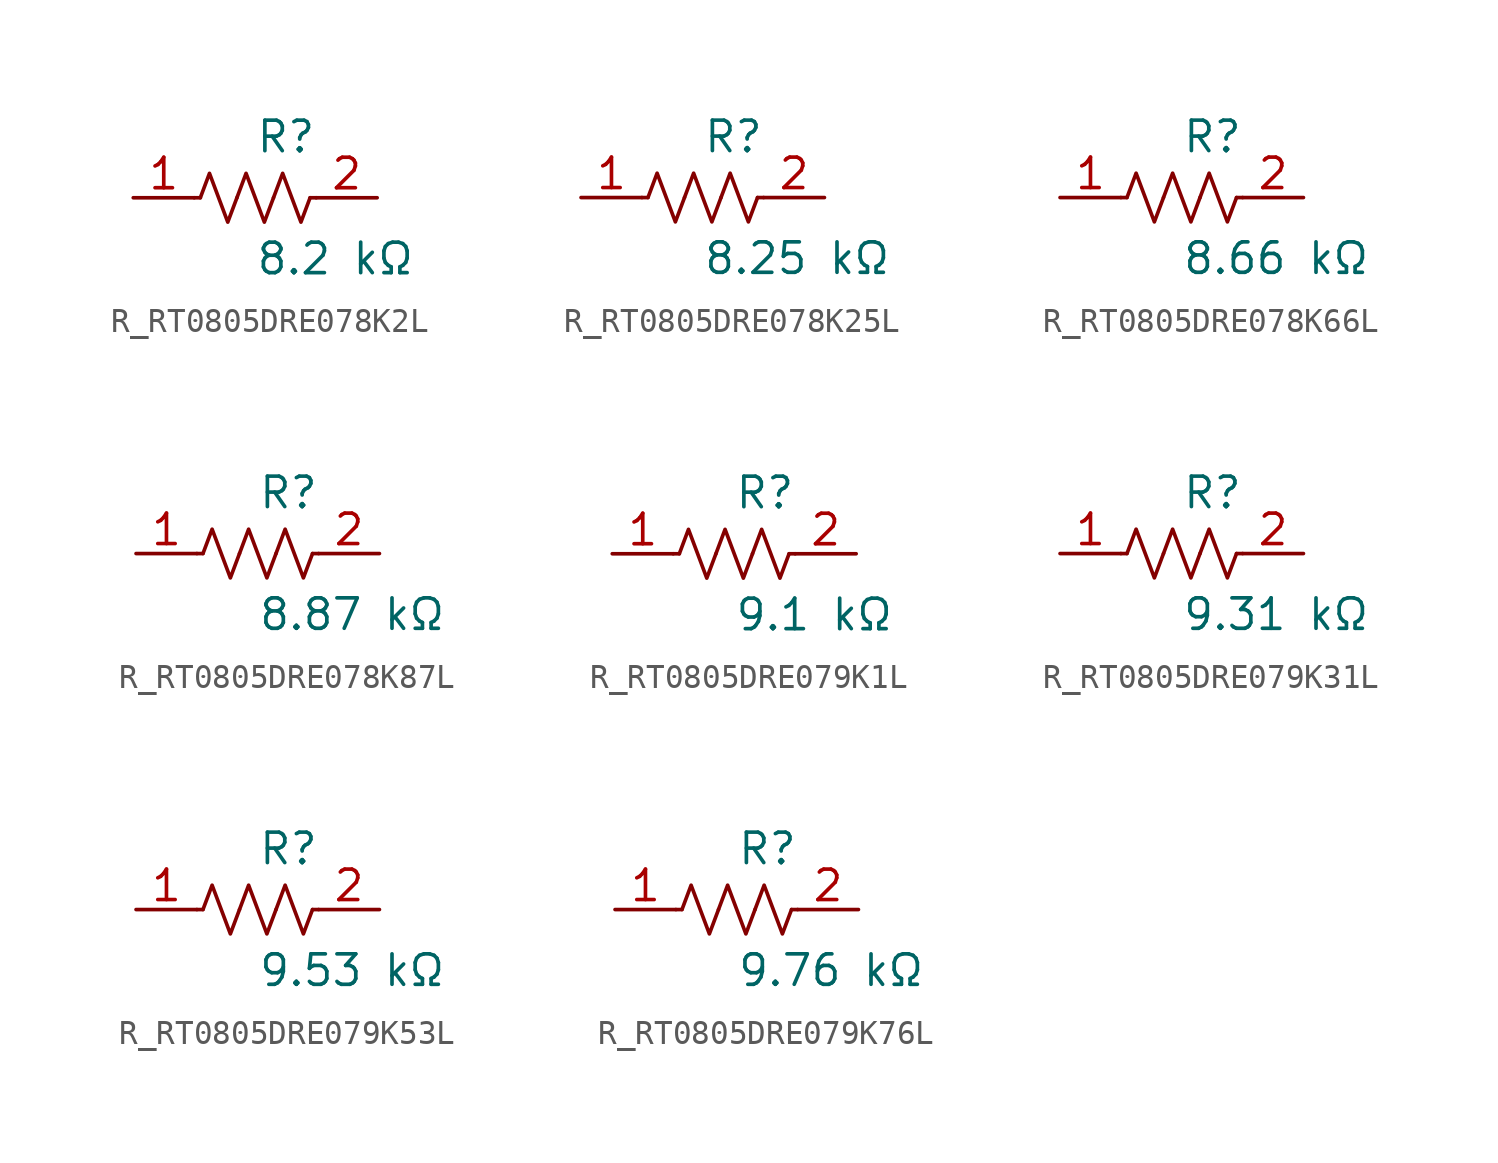
<source format=kicad_sym>
(kicad_symbol_lib
  (version 20231120)
  (generator kicad_symbol_editor)
  (generator_version 8.0)
  (symbol "R_RT0805DRE078K2L"
    (pin_names
      (offset 0.254))
    (property "Reference" "R"
      (at 0.0 2.54 0)
      (effects (font (size 1.27 1.27)) (justify left)))
    (property "Value" "8.2 kΩ"
      (at 0.0 -2.54 0)
      (effects (font (size 1.27 1.27)) (justify left)))
    (symbol "R_RT0805DRE078K2L_0_1"
      (polyline (pts (xy 2.286 0) (xy 2.54 0)) (stroke (width 0) (type default)) (fill (type none)))
      (polyline (pts (xy -2.286 0) (xy -2.54 0)) (stroke (width 0) (type default)) (fill (type none)))
      (polyline (pts (xy 0.762 0) (xy 1.143 1.016) (xy 1.524 0) (xy 1.905 -1.016) (xy 2.286 0)) (stroke (width 0) (type default)) (fill (type none)))
      (polyline (pts (xy -0.762 0) (xy -0.381 1.016) (xy 0 0) (xy 0.381 -1.016) (xy 0.762 0)) (stroke (width 0) (type default)) (fill (type none)))
      (polyline (pts (xy -2.286 0) (xy -1.905 1.016) (xy -1.524 0) (xy -1.143 -1.016) (xy -0.762 0)) (stroke (width 0) (type default)) (fill (type none))))
    (pin unspecified line
      (at -5.08 0 0)
      (length 2.54)
      (name "" (effects (font (size 1.27 1.27))))
      (number "1" (effects (font (size 1.27 1.27)))))
    (pin unspecified line
      (at 5.08 0 180)
      (length 2.54)
      (name "" (effects (font (size 1.27 1.27))))
      (number "2" (effects (font (size 1.27 1.27))))))
  (symbol "R_RT0805DRE078K25L"
    (pin_names
      (offset 0.254))
    (property "Reference" "R"
      (at 0.0 2.54 0)
      (effects (font (size 1.27 1.27)) (justify left)))
    (property "Value" "8.25 kΩ"
      (at 0.0 -2.54 0)
      (effects (font (size 1.27 1.27)) (justify left)))
    (symbol "R_RT0805DRE078K25L_0_1"
      (polyline (pts (xy 2.286 0) (xy 2.54 0)) (stroke (width 0) (type default)) (fill (type none)))
      (polyline (pts (xy -2.286 0) (xy -2.54 0)) (stroke (width 0) (type default)) (fill (type none)))
      (polyline (pts (xy 0.762 0) (xy 1.143 1.016) (xy 1.524 0) (xy 1.905 -1.016) (xy 2.286 0)) (stroke (width 0) (type default)) (fill (type none)))
      (polyline (pts (xy -0.762 0) (xy -0.381 1.016) (xy 0 0) (xy 0.381 -1.016) (xy 0.762 0)) (stroke (width 0) (type default)) (fill (type none)))
      (polyline (pts (xy -2.286 0) (xy -1.905 1.016) (xy -1.524 0) (xy -1.143 -1.016) (xy -0.762 0)) (stroke (width 0) (type default)) (fill (type none))))
    (pin unspecified line
      (at -5.08 0 0)
      (length 2.54)
      (name "" (effects (font (size 1.27 1.27))))
      (number "1" (effects (font (size 1.27 1.27)))))
    (pin unspecified line
      (at 5.08 0 180)
      (length 2.54)
      (name "" (effects (font (size 1.27 1.27))))
      (number "2" (effects (font (size 1.27 1.27))))))
  (symbol "R_RT0805DRE078K66L"
    (pin_names
      (offset 0.254))
    (property "Reference" "R"
      (at 0.0 2.54 0)
      (effects (font (size 1.27 1.27)) (justify left)))
    (property "Value" "8.66 kΩ"
      (at 0.0 -2.54 0)
      (effects (font (size 1.27 1.27)) (justify left)))
    (symbol "R_RT0805DRE078K66L_0_1"
      (polyline (pts (xy 2.286 0) (xy 2.54 0)) (stroke (width 0) (type default)) (fill (type none)))
      (polyline (pts (xy -2.286 0) (xy -2.54 0)) (stroke (width 0) (type default)) (fill (type none)))
      (polyline (pts (xy 0.762 0) (xy 1.143 1.016) (xy 1.524 0) (xy 1.905 -1.016) (xy 2.286 0)) (stroke (width 0) (type default)) (fill (type none)))
      (polyline (pts (xy -0.762 0) (xy -0.381 1.016) (xy 0 0) (xy 0.381 -1.016) (xy 0.762 0)) (stroke (width 0) (type default)) (fill (type none)))
      (polyline (pts (xy -2.286 0) (xy -1.905 1.016) (xy -1.524 0) (xy -1.143 -1.016) (xy -0.762 0)) (stroke (width 0) (type default)) (fill (type none))))
    (pin unspecified line
      (at -5.08 0 0)
      (length 2.54)
      (name "" (effects (font (size 1.27 1.27))))
      (number "1" (effects (font (size 1.27 1.27)))))
    (pin unspecified line
      (at 5.08 0 180)
      (length 2.54)
      (name "" (effects (font (size 1.27 1.27))))
      (number "2" (effects (font (size 1.27 1.27))))))
  (symbol "R_RT0805DRE078K87L"
    (pin_names
      (offset 0.254))
    (property "Reference" "R"
      (at 0.0 2.54 0)
      (effects (font (size 1.27 1.27)) (justify left)))
    (property "Value" "8.87 kΩ"
      (at 0.0 -2.54 0)
      (effects (font (size 1.27 1.27)) (justify left)))
    (symbol "R_RT0805DRE078K87L_0_1"
      (polyline (pts (xy 2.286 0) (xy 2.54 0)) (stroke (width 0) (type default)) (fill (type none)))
      (polyline (pts (xy -2.286 0) (xy -2.54 0)) (stroke (width 0) (type default)) (fill (type none)))
      (polyline (pts (xy 0.762 0) (xy 1.143 1.016) (xy 1.524 0) (xy 1.905 -1.016) (xy 2.286 0)) (stroke (width 0) (type default)) (fill (type none)))
      (polyline (pts (xy -0.762 0) (xy -0.381 1.016) (xy 0 0) (xy 0.381 -1.016) (xy 0.762 0)) (stroke (width 0) (type default)) (fill (type none)))
      (polyline (pts (xy -2.286 0) (xy -1.905 1.016) (xy -1.524 0) (xy -1.143 -1.016) (xy -0.762 0)) (stroke (width 0) (type default)) (fill (type none))))
    (pin unspecified line
      (at -5.08 0 0)
      (length 2.54)
      (name "" (effects (font (size 1.27 1.27))))
      (number "1" (effects (font (size 1.27 1.27)))))
    (pin unspecified line
      (at 5.08 0 180)
      (length 2.54)
      (name "" (effects (font (size 1.27 1.27))))
      (number "2" (effects (font (size 1.27 1.27))))))
  (symbol "R_RT0805DRE079K1L"
    (pin_names
      (offset 0.254))
    (property "Reference" "R"
      (at 0.0 2.54 0)
      (effects (font (size 1.27 1.27)) (justify left)))
    (property "Value" "9.1 kΩ"
      (at 0.0 -2.54 0)
      (effects (font (size 1.27 1.27)) (justify left)))
    (symbol "R_RT0805DRE079K1L_0_1"
      (polyline (pts (xy 2.286 0) (xy 2.54 0)) (stroke (width 0) (type default)) (fill (type none)))
      (polyline (pts (xy -2.286 0) (xy -2.54 0)) (stroke (width 0) (type default)) (fill (type none)))
      (polyline (pts (xy 0.762 0) (xy 1.143 1.016) (xy 1.524 0) (xy 1.905 -1.016) (xy 2.286 0)) (stroke (width 0) (type default)) (fill (type none)))
      (polyline (pts (xy -0.762 0) (xy -0.381 1.016) (xy 0 0) (xy 0.381 -1.016) (xy 0.762 0)) (stroke (width 0) (type default)) (fill (type none)))
      (polyline (pts (xy -2.286 0) (xy -1.905 1.016) (xy -1.524 0) (xy -1.143 -1.016) (xy -0.762 0)) (stroke (width 0) (type default)) (fill (type none))))
    (pin unspecified line
      (at -5.08 0 0)
      (length 2.54)
      (name "" (effects (font (size 1.27 1.27))))
      (number "1" (effects (font (size 1.27 1.27)))))
    (pin unspecified line
      (at 5.08 0 180)
      (length 2.54)
      (name "" (effects (font (size 1.27 1.27))))
      (number "2" (effects (font (size 1.27 1.27))))))
  (symbol "R_RT0805DRE079K31L"
    (pin_names
      (offset 0.254))
    (property "Reference" "R"
      (at 0.0 2.54 0)
      (effects (font (size 1.27 1.27)) (justify left)))
    (property "Value" "9.31 kΩ"
      (at 0.0 -2.54 0)
      (effects (font (size 1.27 1.27)) (justify left)))
    (symbol "R_RT0805DRE079K31L_0_1"
      (polyline (pts (xy 2.286 0) (xy 2.54 0)) (stroke (width 0) (type default)) (fill (type none)))
      (polyline (pts (xy -2.286 0) (xy -2.54 0)) (stroke (width 0) (type default)) (fill (type none)))
      (polyline (pts (xy 0.762 0) (xy 1.143 1.016) (xy 1.524 0) (xy 1.905 -1.016) (xy 2.286 0)) (stroke (width 0) (type default)) (fill (type none)))
      (polyline (pts (xy -0.762 0) (xy -0.381 1.016) (xy 0 0) (xy 0.381 -1.016) (xy 0.762 0)) (stroke (width 0) (type default)) (fill (type none)))
      (polyline (pts (xy -2.286 0) (xy -1.905 1.016) (xy -1.524 0) (xy -1.143 -1.016) (xy -0.762 0)) (stroke (width 0) (type default)) (fill (type none))))
    (pin unspecified line
      (at -5.08 0 0)
      (length 2.54)
      (name "" (effects (font (size 1.27 1.27))))
      (number "1" (effects (font (size 1.27 1.27)))))
    (pin unspecified line
      (at 5.08 0 180)
      (length 2.54)
      (name "" (effects (font (size 1.27 1.27))))
      (number "2" (effects (font (size 1.27 1.27))))))
  (symbol "R_RT0805DRE079K53L"
    (pin_names
      (offset 0.254))
    (property "Reference" "R"
      (at 0.0 2.54 0)
      (effects (font (size 1.27 1.27)) (justify left)))
    (property "Value" "9.53 kΩ"
      (at 0.0 -2.54 0)
      (effects (font (size 1.27 1.27)) (justify left)))
    (symbol "R_RT0805DRE079K53L_0_1"
      (polyline (pts (xy 2.286 0) (xy 2.54 0)) (stroke (width 0) (type default)) (fill (type none)))
      (polyline (pts (xy -2.286 0) (xy -2.54 0)) (stroke (width 0) (type default)) (fill (type none)))
      (polyline (pts (xy 0.762 0) (xy 1.143 1.016) (xy 1.524 0) (xy 1.905 -1.016) (xy 2.286 0)) (stroke (width 0) (type default)) (fill (type none)))
      (polyline (pts (xy -0.762 0) (xy -0.381 1.016) (xy 0 0) (xy 0.381 -1.016) (xy 0.762 0)) (stroke (width 0) (type default)) (fill (type none)))
      (polyline (pts (xy -2.286 0) (xy -1.905 1.016) (xy -1.524 0) (xy -1.143 -1.016) (xy -0.762 0)) (stroke (width 0) (type default)) (fill (type none))))
    (pin unspecified line
      (at -5.08 0 0)
      (length 2.54)
      (name "" (effects (font (size 1.27 1.27))))
      (number "1" (effects (font (size 1.27 1.27)))))
    (pin unspecified line
      (at 5.08 0 180)
      (length 2.54)
      (name "" (effects (font (size 1.27 1.27))))
      (number "2" (effects (font (size 1.27 1.27))))))
  (symbol "R_RT0805DRE079K76L"
    (pin_names
      (offset 0.254))
    (property "Reference" "R"
      (at 0.0 2.54 0)
      (effects (font (size 1.27 1.27)) (justify left)))
    (property "Value" "9.76 kΩ"
      (at 0.0 -2.54 0)
      (effects (font (size 1.27 1.27)) (justify left)))
    (symbol "R_RT0805DRE079K76L_0_1"
      (polyline (pts (xy 2.286 0) (xy 2.54 0)) (stroke (width 0) (type default)) (fill (type none)))
      (polyline (pts (xy -2.286 0) (xy -2.54 0)) (stroke (width 0) (type default)) (fill (type none)))
      (polyline (pts (xy 0.762 0) (xy 1.143 1.016) (xy 1.524 0) (xy 1.905 -1.016) (xy 2.286 0)) (stroke (width 0) (type default)) (fill (type none)))
      (polyline (pts (xy -0.762 0) (xy -0.381 1.016) (xy 0 0) (xy 0.381 -1.016) (xy 0.762 0)) (stroke (width 0) (type default)) (fill (type none)))
      (polyline (pts (xy -2.286 0) (xy -1.905 1.016) (xy -1.524 0) (xy -1.143 -1.016) (xy -0.762 0)) (stroke (width 0) (type default)) (fill (type none))))
    (pin unspecified line
      (at -5.08 0 0)
      (length 2.54)
      (name "" (effects (font (size 1.27 1.27))))
      (number "1" (effects (font (size 1.27 1.27)))))
    (pin unspecified line
      (at 5.08 0 180)
      (length 2.54)
      (name "" (effects (font (size 1.27 1.27))))
      (number "2" (effects (font (size 1.27 1.27)))))))
</source>
